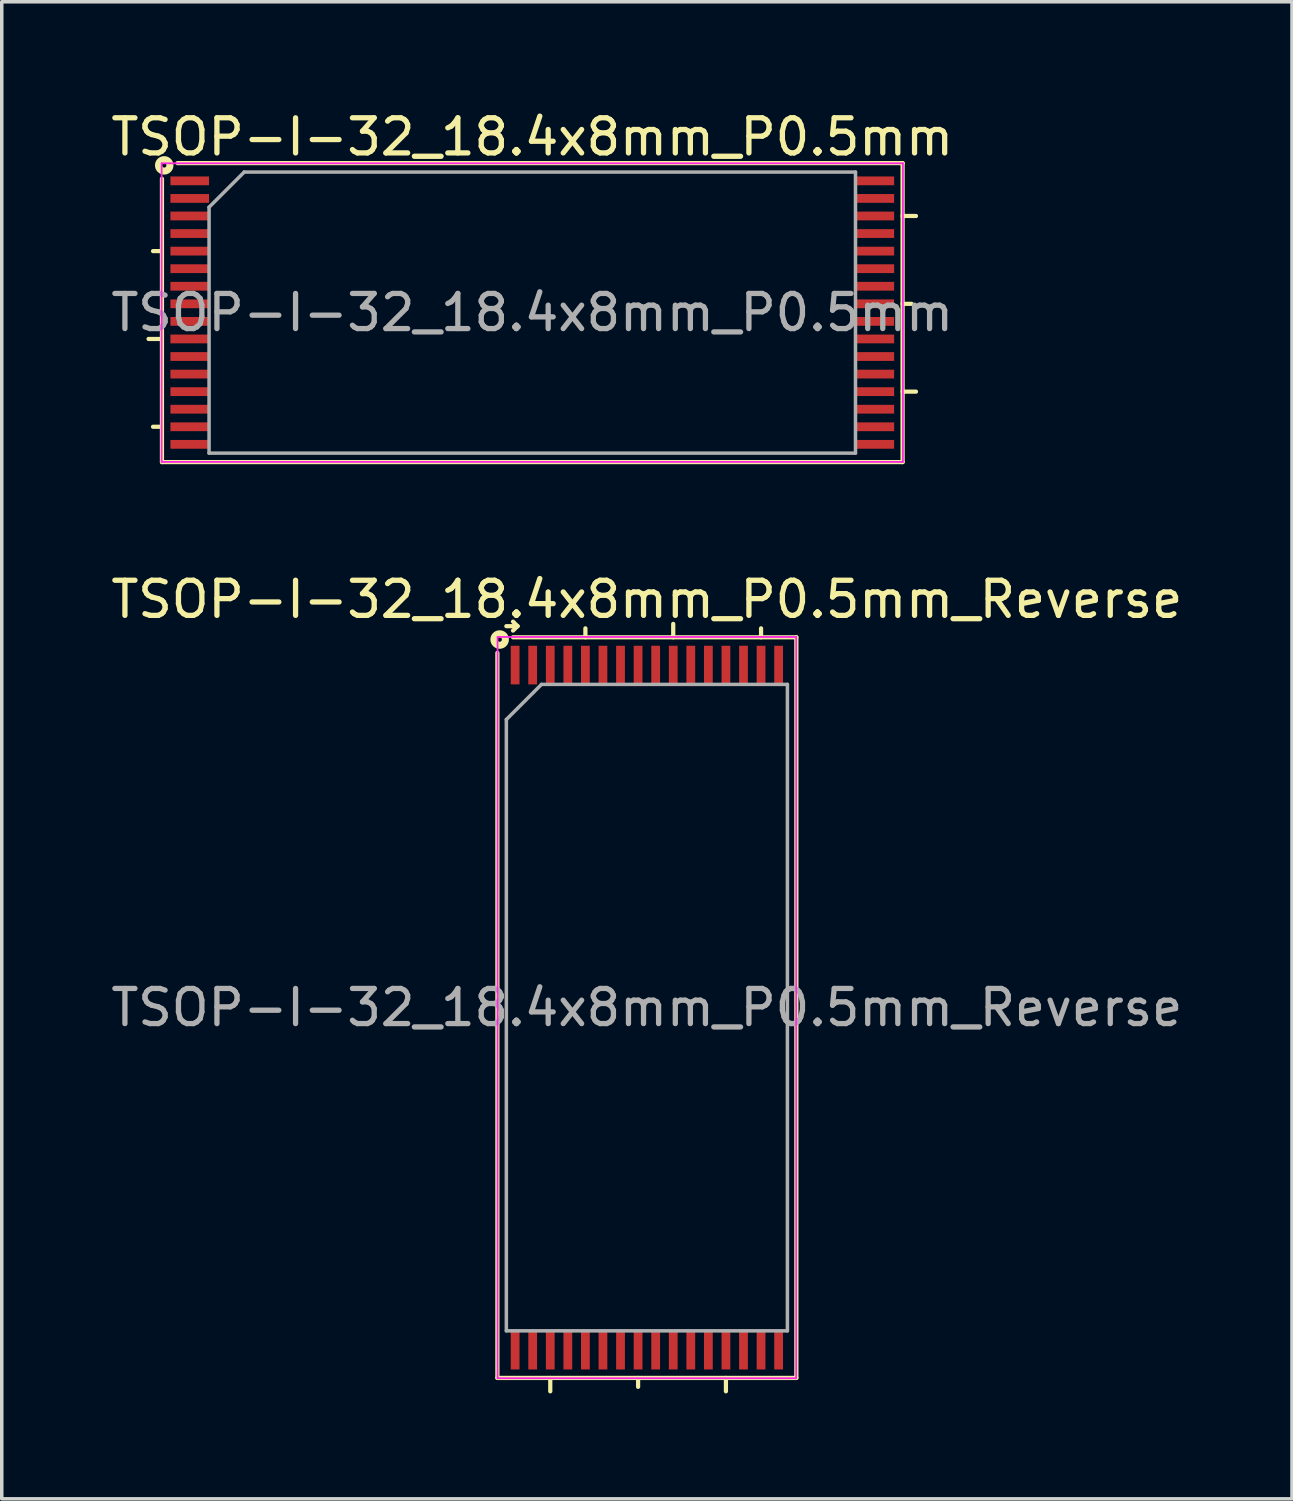
<source format=kicad_pcb>
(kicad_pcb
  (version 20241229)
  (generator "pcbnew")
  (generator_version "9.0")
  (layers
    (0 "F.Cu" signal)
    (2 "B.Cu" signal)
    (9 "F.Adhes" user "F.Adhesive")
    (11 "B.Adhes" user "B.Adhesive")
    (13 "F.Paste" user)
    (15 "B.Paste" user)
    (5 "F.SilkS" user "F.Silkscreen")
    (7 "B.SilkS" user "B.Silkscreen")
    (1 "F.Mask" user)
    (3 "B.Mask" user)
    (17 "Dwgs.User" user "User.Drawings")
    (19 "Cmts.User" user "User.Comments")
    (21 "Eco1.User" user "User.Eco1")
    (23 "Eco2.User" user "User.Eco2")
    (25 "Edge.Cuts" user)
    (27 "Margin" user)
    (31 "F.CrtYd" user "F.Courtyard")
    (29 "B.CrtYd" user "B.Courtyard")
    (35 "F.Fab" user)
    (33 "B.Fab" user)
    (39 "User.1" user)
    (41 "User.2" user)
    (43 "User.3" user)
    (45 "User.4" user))
  (footprint "TSOP-I-32_18.4x8mm_P0.5mm_Reverse"
    (layer "F.Cu")
    (at 15.363 25.631)
    (property "Reference" "TSOP-I-32_18.4x8mm_P0.5mm_Reverse" (at 0 -11.62 0) (layer "F.SilkS") (effects (font (size 1 1) (thickness 0.15))))
    (attr smd)
    (fp_line (start -4.255 -10.097) (end -4.255 10.541) (stroke (width 0.12) (type solid)) (layer "F.SilkS"))
    (fp_line (start -4.255 10.541) (end 4.255 10.541) (stroke (width 0.12) (type solid)) (layer "F.SilkS"))
    (fp_line (start -4 -10.858) (end -3.683 -10.858) (stroke (width 0.12) (type solid)) (layer "F.SilkS"))
    (fp_line (start -3.683 -10.858) (end -3.81 -10.986) (stroke (width 0.12) (type solid)) (layer "F.SilkS"))
    (fp_line (start -3.683 -10.858) (end -3.81 -10.732) (stroke (width 0.12) (type solid)) (layer "F.SilkS"))
    (fp_line (start -2.75 10.922) (end -2.75 10.541) (stroke (width 0.12) (type solid)) (layer "F.SilkS"))
    (fp_line (start -1.75 -10.795) (end -1.75 -10.541) (stroke (width 0.12) (type solid)) (layer "F.SilkS"))
    (fp_line (start -0.25 10.795) (end -0.25 10.541) (stroke (width 0.12) (type solid)) (layer "F.SilkS"))
    (fp_line (start 0.75 -10.922) (end 0.75 -10.541) (stroke (width 0.12) (type solid)) (layer "F.SilkS"))
    (fp_line (start 2.25 10.922) (end 2.25 10.541) (stroke (width 0.12) (type solid)) (layer "F.SilkS"))
    (fp_line (start 3.25 -10.795) (end 3.25 -10.541) (stroke (width 0.12) (type solid)) (layer "F.SilkS"))
    (fp_line (start 4.255 -10.541) (end -3.81 -10.541) (stroke (width 0.12) (type solid)) (layer "F.SilkS"))
    (fp_line (start 4.255 10.541) (end 4.255 -10.541) (stroke (width 0.12) (type solid)) (layer "F.SilkS"))
    (fp_circle (center -4.191 -10.477) (end -4.191 -10.541) (stroke (width 0.2) (type solid)) (fill no) (layer "F.SilkS"))
    (fp_line (start -4.25 -10.55) (end 4.25 -10.55) (stroke (width 0.05) (type solid)) (layer "F.CrtYd"))
    (fp_line (start -4.25 10.55) (end -4.25 -10.55) (stroke (width 0.05) (type solid)) (layer "F.CrtYd"))
    (fp_line (start 4.25 -10.55) (end 4.25 10.55) (stroke (width 0.05) (type solid)) (layer "F.CrtYd"))
    (fp_line (start 4.25 10.55) (end -4.25 10.55) (stroke (width 0.05) (type solid)) (layer "F.CrtYd"))
    (fp_line (start -4 -8.2) (end -4 9.2) (stroke (width 0.1) (type solid)) (layer "F.Fab"))
    (fp_line (start -4 -8.2) (end -3 -9.2) (stroke (width 0.1) (type solid)) (layer "F.Fab"))
    (fp_line (start -3 -9.2) (end 4 -9.2) (stroke (width 0.1) (type solid)) (layer "F.Fab"))
    (fp_line (start 4 -9.2) (end 4 9.2) (stroke (width 0.1) (type solid)) (layer "F.Fab"))
    (fp_line (start 4 9.2) (end -4 9.2) (stroke (width 0.1) (type solid)) (layer "F.Fab"))
    (fp_text user "${REFERENCE}" (at 0 0 0) (layer "F.Fab") (effects (font (size 1 1) (thickness 0.15))))
    (pad "1" smd rect (at -3.75 -9.75) (size 0.25 1.1) (layers "F.Cu" "F.Mask" "F.Paste"))
    (pad "2" smd rect (at -3.25 -9.75) (size 0.25 1.1) (layers "F.Cu" "F.Mask" "F.Paste"))
    (pad "3" smd rect (at -2.75 -9.75) (size 0.25 1.1) (layers "F.Cu" "F.Mask" "F.Paste"))
    (pad "4" smd rect (at -2.25 -9.75) (size 0.25 1.1) (layers "F.Cu" "F.Mask" "F.Paste"))
    (pad "5" smd rect (at -1.75 -9.75) (size 0.25 1.1) (layers "F.Cu" "F.Mask" "F.Paste"))
    (pad "6" smd rect (at -1.25 -9.75) (size 0.25 1.1) (layers "F.Cu" "F.Mask" "F.Paste"))
    (pad "7" smd rect (at -0.75 -9.75) (size 0.25 1.1) (layers "F.Cu" "F.Mask" "F.Paste"))
    (pad "8" smd rect (at -0.25 -9.75) (size 0.25 1.1) (layers "F.Cu" "F.Mask" "F.Paste"))
    (pad "9" smd rect (at 0.25 -9.75) (size 0.25 1.1) (layers "F.Cu" "F.Mask" "F.Paste"))
    (pad "10" smd rect (at 0.75 -9.75) (size 0.25 1.1) (layers "F.Cu" "F.Mask" "F.Paste"))
    (pad "11" smd rect (at 1.25 -9.75) (size 0.25 1.1) (layers "F.Cu" "F.Mask" "F.Paste"))
    (pad "12" smd rect (at 1.75 -9.75) (size 0.25 1.1) (layers "F.Cu" "F.Mask" "F.Paste"))
    (pad "13" smd rect (at 2.25 -9.75) (size 0.25 1.1) (layers "F.Cu" "F.Mask" "F.Paste"))
    (pad "14" smd rect (at 2.75 -9.75) (size 0.25 1.1) (layers "F.Cu" "F.Mask" "F.Paste"))
    (pad "15" smd rect (at 3.25 -9.75) (size 0.25 1.1) (layers "F.Cu" "F.Mask" "F.Paste"))
    (pad "16" smd rect (at 3.75 -9.75) (size 0.25 1.1) (layers "F.Cu" "F.Mask" "F.Paste"))
    (pad "17" smd rect (at 3.75 9.75) (size 0.25 1.1) (layers "F.Cu" "F.Mask" "F.Paste"))
    (pad "18" smd rect (at 3.25 9.75) (size 0.25 1.1) (layers "F.Cu" "F.Mask" "F.Paste"))
    (pad "19" smd rect (at 2.75 9.75) (size 0.25 1.1) (layers "F.Cu" "F.Mask" "F.Paste"))
    (pad "20" smd rect (at 2.25 9.75) (size 0.25 1.1) (layers "F.Cu" "F.Mask" "F.Paste"))
    (pad "21" smd rect (at 1.75 9.75) (size 0.25 1.1) (layers "F.Cu" "F.Mask" "F.Paste"))
    (pad "22" smd rect (at 1.25 9.75) (size 0.25 1.1) (layers "F.Cu" "F.Mask" "F.Paste"))
    (pad "23" smd rect (at 0.75 9.75) (size 0.25 1.1) (layers "F.Cu" "F.Mask" "F.Paste"))
    (pad "24" smd rect (at 0.25 9.75) (size 0.25 1.1) (layers "F.Cu" "F.Mask" "F.Paste"))
    (pad "25" smd rect (at -0.25 9.75) (size 0.25 1.1) (layers "F.Cu" "F.Mask" "F.Paste"))
    (pad "26" smd rect (at -0.75 9.75) (size 0.25 1.1) (layers "F.Cu" "F.Mask" "F.Paste"))
    (pad "27" smd rect (at -1.25 9.75) (size 0.25 1.1) (layers "F.Cu" "F.Mask" "F.Paste"))
    (pad "28" smd rect (at -1.75 9.75) (size 0.25 1.1) (layers "F.Cu" "F.Mask" "F.Paste"))
    (pad "29" smd rect (at -2.25 9.75) (size 0.25 1.1) (layers "F.Cu" "F.Mask" "F.Paste"))
    (pad "30" smd rect (at -2.75 9.75) (size 0.25 1.1) (layers "F.Cu" "F.Mask" "F.Paste"))
    (pad "31" smd rect (at -3.25 9.75) (size 0.25 1.1) (layers "F.Cu" "F.Mask" "F.Paste"))
    (pad "32" smd rect (at -3.75 9.75) (size 0.25 1.1) (layers "F.Cu" "F.Mask" "F.Paste")))
  (footprint "TSOP-I-32_18.4x8mm_P0.5mm"
    (layer "F.Cu")
    (at 12.101 5.848)
    (property "Reference" "TSOP-I-32_18.4x8mm_P0.5mm" (at 0 -5 0) (layer "F.SilkS") (effects (font (size 1 1) (thickness 0.15))))
    (attr smd)
    (fp_line (start -10.922 0.75) (end -10.541 0.75) (stroke (width 0.12) (type solid)) (layer "F.SilkS"))
    (fp_line (start -10.795 -1.75) (end -10.541 -1.75) (stroke (width 0.12) (type solid)) (layer "F.SilkS"))
    (fp_line (start -10.795 3.25) (end -10.541 3.25) (stroke (width 0.12) (type solid)) (layer "F.SilkS"))
    (fp_line (start -10.541 -3.81) (end -10.541 4.255) (stroke (width 0.12) (type solid)) (layer "F.SilkS"))
    (fp_line (start -10.541 4.255) (end 10.541 4.255) (stroke (width 0.12) (type solid)) (layer "F.SilkS"))
    (fp_line (start 10.541 -4.255) (end -10.097 -4.255) (stroke (width 0.12) (type solid)) (layer "F.SilkS"))
    (fp_line (start 10.541 -2.75) (end 10.922 -2.75) (stroke (width 0.12) (type solid)) (layer "F.SilkS"))
    (fp_line (start 10.541 -0.25) (end 10.795 -0.25) (stroke (width 0.12) (type solid)) (layer "F.SilkS"))
    (fp_line (start 10.541 2.25) (end 10.922 2.25) (stroke (width 0.12) (type solid)) (layer "F.SilkS"))
    (fp_line (start 10.541 4.255) (end 10.541 -4.255) (stroke (width 0.12) (type solid)) (layer "F.SilkS"))
    (fp_circle (center -10.477 -4.191) (end -10.414 -4.191) (stroke (width 0.2) (type solid)) (fill no) (layer "F.SilkS"))
    (fp_line (start -10.55 -4.25) (end 10.55 -4.25) (stroke (width 0.05) (type solid)) (layer "F.CrtYd"))
    (fp_line (start -10.55 4.25) (end -10.55 -4.25) (stroke (width 0.05) (type solid)) (layer "F.CrtYd"))
    (fp_line (start 10.55 -4.25) (end 10.55 4.25) (stroke (width 0.05) (type solid)) (layer "F.CrtYd"))
    (fp_line (start 10.55 4.25) (end -10.55 4.25) (stroke (width 0.05) (type solid)) (layer "F.CrtYd"))
    (fp_line (start -9.2 4) (end -9.2 -3) (stroke (width 0.1) (type solid)) (layer "F.Fab"))
    (fp_line (start -8.2 -4) (end -9.2 -3) (stroke (width 0.1) (type solid)) (layer "F.Fab"))
    (fp_line (start -8.2 -4) (end 9.2 -4) (stroke (width 0.1) (type solid)) (layer "F.Fab"))
    (fp_line (start 9.2 -4) (end 9.2 4) (stroke (width 0.1) (type solid)) (layer "F.Fab"))
    (fp_line (start 9.2 4) (end -9.2 4) (stroke (width 0.1) (type solid)) (layer "F.Fab"))
    (fp_text user "${REFERENCE}" (at 0 0 0) (layer "F.Fab") (effects (font (size 1 1) (thickness 0.15))))
    (pad "1" smd rect (at -9.75 -3.75) (size 1.1 0.25) (layers "F.Cu" "F.Mask" "F.Paste"))
    (pad "2" smd rect (at -9.75 -3.25) (size 1.1 0.25) (layers "F.Cu" "F.Mask" "F.Paste"))
    (pad "3" smd rect (at -9.75 -2.75) (size 1.1 0.25) (layers "F.Cu" "F.Mask" "F.Paste"))
    (pad "4" smd rect (at -9.75 -2.25) (size 1.1 0.25) (layers "F.Cu" "F.Mask" "F.Paste"))
    (pad "5" smd rect (at -9.75 -1.75) (size 1.1 0.25) (layers "F.Cu" "F.Mask" "F.Paste"))
    (pad "6" smd rect (at -9.75 -1.25) (size 1.1 0.25) (layers "F.Cu" "F.Mask" "F.Paste"))
    (pad "7" smd rect (at -9.75 -0.75) (size 1.1 0.25) (layers "F.Cu" "F.Mask" "F.Paste"))
    (pad "8" smd rect (at -9.75 -0.25) (size 1.1 0.25) (layers "F.Cu" "F.Mask" "F.Paste"))
    (pad "9" smd rect (at -9.75 0.25) (size 1.1 0.25) (layers "F.Cu" "F.Mask" "F.Paste"))
    (pad "10" smd rect (at -9.75 0.75) (size 1.1 0.25) (layers "F.Cu" "F.Mask" "F.Paste"))
    (pad "11" smd rect (at -9.75 1.25) (size 1.1 0.25) (layers "F.Cu" "F.Mask" "F.Paste"))
    (pad "12" smd rect (at -9.75 1.75) (size 1.1 0.25) (layers "F.Cu" "F.Mask" "F.Paste"))
    (pad "13" smd rect (at -9.75 2.25) (size 1.1 0.25) (layers "F.Cu" "F.Mask" "F.Paste"))
    (pad "14" smd rect (at -9.75 2.75) (size 1.1 0.25) (layers "F.Cu" "F.Mask" "F.Paste"))
    (pad "15" smd rect (at -9.75 3.25) (size 1.1 0.25) (layers "F.Cu" "F.Mask" "F.Paste"))
    (pad "16" smd rect (at -9.75 3.75) (size 1.1 0.25) (layers "F.Cu" "F.Mask" "F.Paste"))
    (pad "17" smd rect (at 9.75 3.75) (size 1.1 0.25) (layers "F.Cu" "F.Mask" "F.Paste"))
    (pad "18" smd rect (at 9.75 3.25) (size 1.1 0.25) (layers "F.Cu" "F.Mask" "F.Paste"))
    (pad "19" smd rect (at 9.75 2.75) (size 1.1 0.25) (layers "F.Cu" "F.Mask" "F.Paste"))
    (pad "20" smd rect (at 9.75 2.25) (size 1.1 0.25) (layers "F.Cu" "F.Mask" "F.Paste"))
    (pad "21" smd rect (at 9.75 1.75) (size 1.1 0.25) (layers "F.Cu" "F.Mask" "F.Paste"))
    (pad "22" smd rect (at 9.75 1.25) (size 1.1 0.25) (layers "F.Cu" "F.Mask" "F.Paste"))
    (pad "23" smd rect (at 9.75 0.75) (size 1.1 0.25) (layers "F.Cu" "F.Mask" "F.Paste"))
    (pad "24" smd rect (at 9.75 0.25) (size 1.1 0.25) (layers "F.Cu" "F.Mask" "F.Paste"))
    (pad "25" smd rect (at 9.75 -0.25) (size 1.1 0.25) (layers "F.Cu" "F.Mask" "F.Paste"))
    (pad "26" smd rect (at 9.75 -0.75) (size 1.1 0.25) (layers "F.Cu" "F.Mask" "F.Paste"))
    (pad "27" smd rect (at 9.75 -1.25) (size 1.1 0.25) (layers "F.Cu" "F.Mask" "F.Paste"))
    (pad "28" smd rect (at 9.75 -1.75) (size 1.1 0.25) (layers "F.Cu" "F.Mask" "F.Paste"))
    (pad "29" smd rect (at 9.75 -2.25) (size 1.1 0.25) (layers "F.Cu" "F.Mask" "F.Paste"))
    (pad "30" smd rect (at 9.75 -2.75) (size 1.1 0.25) (layers "F.Cu" "F.Mask" "F.Paste"))
    (pad "31" smd rect (at 9.75 -3.25) (size 1.1 0.25) (layers "F.Cu" "F.Mask" "F.Paste"))
    (pad "32" smd rect (at 9.75 -3.75) (size 1.1 0.25) (layers "F.Cu" "F.Mask" "F.Paste")))
  (gr_rect
    (start -3 -3)
    (end 33.726 39.614)
    (stroke (width 0.1) (type default))
    (fill no)
    (layer "Edge.Cuts")))
</source>
